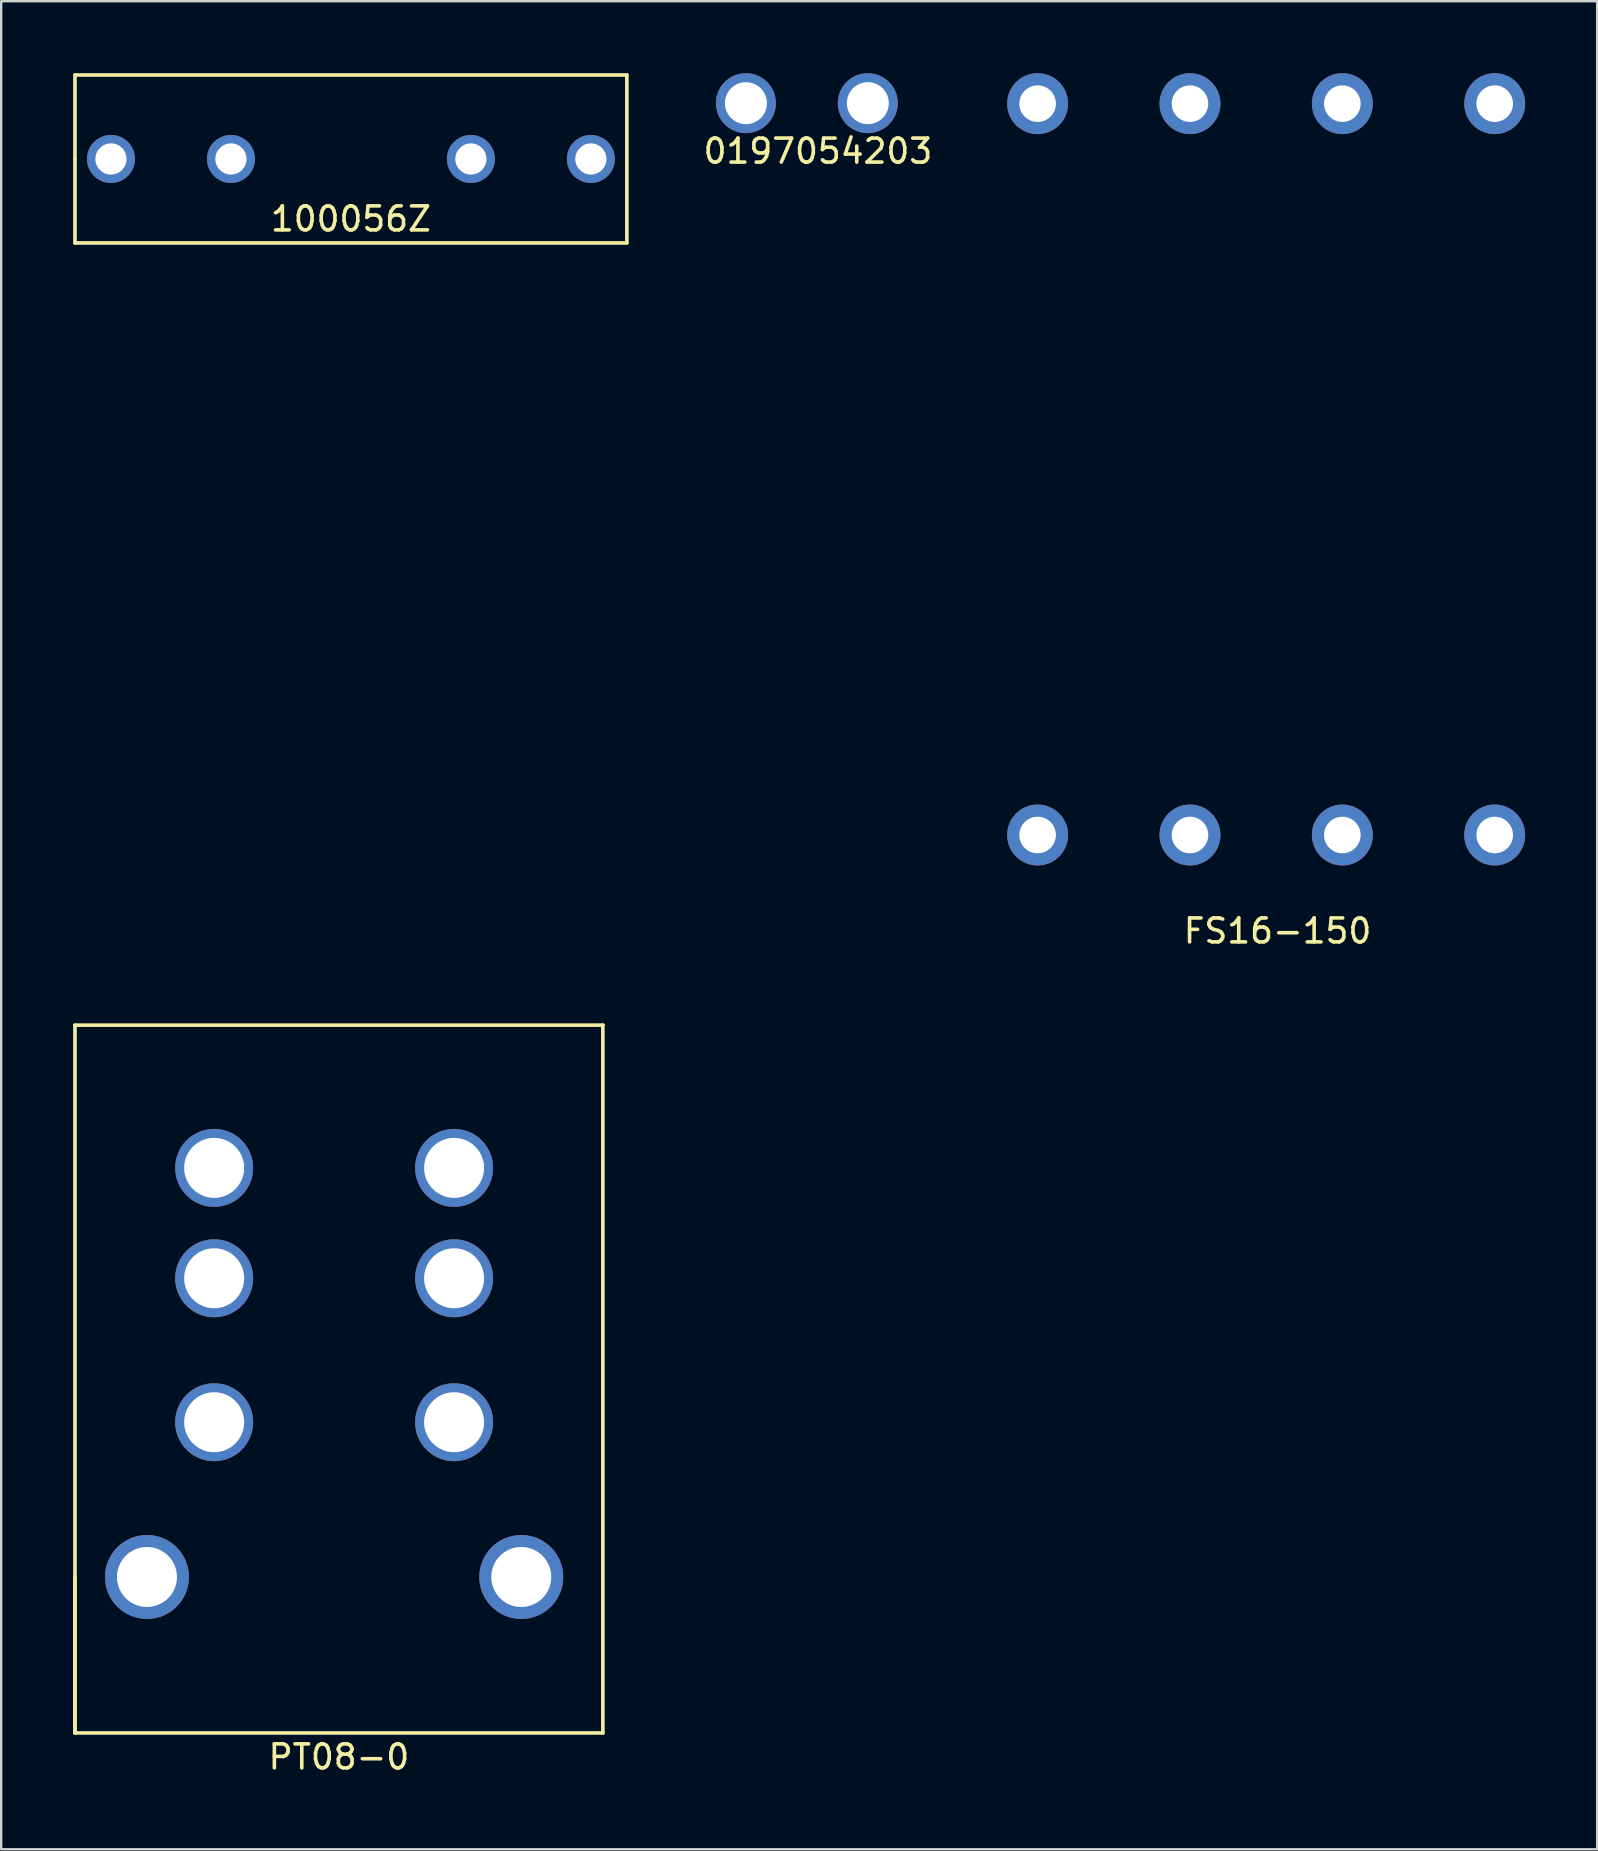
<source format=kicad_pcb>
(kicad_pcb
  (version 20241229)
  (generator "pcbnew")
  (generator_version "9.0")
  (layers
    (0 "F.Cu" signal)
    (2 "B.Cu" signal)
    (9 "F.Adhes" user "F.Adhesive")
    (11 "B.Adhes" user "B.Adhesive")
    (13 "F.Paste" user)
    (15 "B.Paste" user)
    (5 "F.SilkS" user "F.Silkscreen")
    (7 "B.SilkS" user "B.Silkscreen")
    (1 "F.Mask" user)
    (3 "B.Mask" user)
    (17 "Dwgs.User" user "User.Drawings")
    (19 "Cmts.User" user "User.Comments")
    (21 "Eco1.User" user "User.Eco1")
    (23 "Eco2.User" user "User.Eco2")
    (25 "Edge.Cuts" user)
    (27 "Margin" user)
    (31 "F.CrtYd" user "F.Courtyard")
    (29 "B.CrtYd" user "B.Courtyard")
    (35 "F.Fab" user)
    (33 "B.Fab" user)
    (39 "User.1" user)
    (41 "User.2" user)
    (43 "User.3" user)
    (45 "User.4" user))
  (footprint "FS16-150"
    (layer "F.Cu")
    (at 40.194 31.75)
    (property "Reference" "FS16-150" (at 10 4 0) (layer "F.SilkS") (effects (font (size 1 1) (thickness 0.15))))
    (attr through_hole)
    (pad "1" thru_hole circle (at 0 0) (size 2.54 2.54) (drill 1.524) (layers "*.Cu" "*.Mask"))
    (pad "2" thru_hole circle (at 6.35 0) (size 2.54 2.54) (drill 1.524) (layers "*.Cu" "*.Mask"))
    (pad "3" thru_hole circle (at 12.7 0) (size 2.54 2.54) (drill 1.524) (layers "*.Cu" "*.Mask"))
    (pad "4" thru_hole circle (at 19.05 0) (size 2.54 2.54) (drill 1.524) (layers "*.Cu" "*.Mask"))
    (pad "5" thru_hole circle (at 0 -30.48) (size 2.54 2.54) (drill 1.524) (layers "*.Cu" "*.Mask"))
    (pad "6" thru_hole circle (at 6.35 -30.48) (size 2.54 2.54) (drill 1.524) (layers "*.Cu" "*.Mask"))
    (pad "7" thru_hole circle (at 12.7 -30.48) (size 2.54 2.54) (drill 1.524) (layers "*.Cu" "*.Mask"))
    (pad "8" thru_hole circle (at 19.05 -30.48) (size 2.54 2.54) (drill 1.524) (layers "*.Cu" "*.Mask")))
  (footprint "100056Z"
    (layer "F.Cu")
    (at 1.575 3.575)
    (property "Reference" "100056Z" (at 10 2.5 0) (layer "F.SilkS") (effects (font (size 1 1) (thickness 0.15))))
    (attr through_hole)
    (fp_line (start -1.5 -3.5) (end 21.5 -3.5) (stroke (width 0.15) (type solid)) (layer "F.SilkS"))
    (fp_line (start -1.5 0) (end -1.5 -3.5) (stroke (width 0.15) (type solid)) (layer "F.SilkS"))
    (fp_line (start -1.5 0) (end -1.5 3.5) (stroke (width 0.15) (type solid)) (layer "F.SilkS"))
    (fp_line (start -1.5 3.5) (end 21.5 3.5) (stroke (width 0.15) (type solid)) (layer "F.SilkS"))
    (fp_line (start 21.5 -3.5) (end 21.5 3.5) (stroke (width 0.15) (type solid)) (layer "F.SilkS"))
    (pad "1" thru_hole circle (at 0 0) (size 2 2) (drill 1.3) (layers "*.Cu" "*.Mask"))
    (pad "1" thru_hole circle (at 5 0) (size 2 2) (drill 1.3) (layers "*.Cu" "*.Mask"))
    (pad "2" thru_hole circle (at 15 0) (size 2 2) (drill 1.3) (layers "*.Cu" "*.Mask"))
    (pad "2" thru_hole circle (at 20 0) (size 2 2) (drill 1.3) (layers "*.Cu" "*.Mask")))
  (footprint "PT08-0"
    (layer "F.Cu")
    (at 3.075 62.673)
    (property "Reference" "PT08-0" (at 8 7.5 0) (layer "F.SilkS") (effects (font (size 1 1) (thickness 0.15))))
    (attr through_hole)
    (fp_line (start -3 -23) (end 19 -23) (stroke (width 0.15) (type solid)) (layer "F.SilkS"))
    (fp_line (start -3 0) (end -3 6.5) (stroke (width 0.15) (type solid)) (layer "F.SilkS"))
    (fp_line (start -3 6.5) (end -3 -23) (stroke (width 0.15) (type solid)) (layer "F.SilkS"))
    (fp_line (start -3 6.5) (end 19 6.5) (stroke (width 0.15) (type solid)) (layer "F.SilkS"))
    (fp_line (start 19 -23) (end 19 6.5) (stroke (width 0.15) (type solid)) (layer "F.SilkS"))
    (pad "1" thru_hole circle (at 12.8 -17.05) (size 3.25 3.25) (drill 2.5) (layers "*.Cu" "B.Mask"))
    (pad "2" thru_hole circle (at 2.8 -17.05) (size 3.25 3.25) (drill 2.5) (layers "*.Cu" "B.Mask"))
    (pad "3" thru_hole circle (at 12.8 -12.45) (size 3.25 3.25) (drill 2.5) (layers "*.Cu" "B.Mask"))
    (pad "4" thru_hole circle (at 2.8 -12.45) (size 3.25 3.25) (drill 2.5) (layers "*.Cu" "B.Mask"))
    (pad "5" thru_hole circle (at 12.8 -6.45) (size 3.25 3.25) (drill 2.5) (layers "*.Cu" "B.Mask"))
    (pad "6" thru_hole circle (at 2.8 -6.45) (size 3.25 3.25) (drill 2.5) (layers "*.Cu" "B.Mask"))
    (pad "7" thru_hole circle (at 15.6 0) (size 3.5 3.5) (drill 2.5) (layers "*.Cu" "B.Mask"))
    (pad "8" thru_hole circle (at 0 0) (size 3.5 3.5) (drill 2.5) (layers "*.Cu" "*.Mask")))
  (footprint "0197054203"
    (layer "F.Cu")
    (at 28.037 1.25)
    (property "Reference" "0197054203" (at 3 2 0) (layer "F.SilkS") (effects (font (size 1 1) (thickness 0.15))))
    (attr through_hole)
    (pad "1" thru_hole circle (at 0 0) (size 2.5 2.5) (drill 1.75) (layers "*.Cu" "*.Mask"))
    (pad "1" thru_hole circle (at 5.08 0) (size 2.5 2.5) (drill 1.75) (layers "*.Cu" "*.Mask")))
  (gr_rect
    (start -3 -3)
    (end 63.514 74.022)
    (stroke (width 0.1) (type default))
    (fill no)
    (layer "Edge.Cuts")))
</source>
